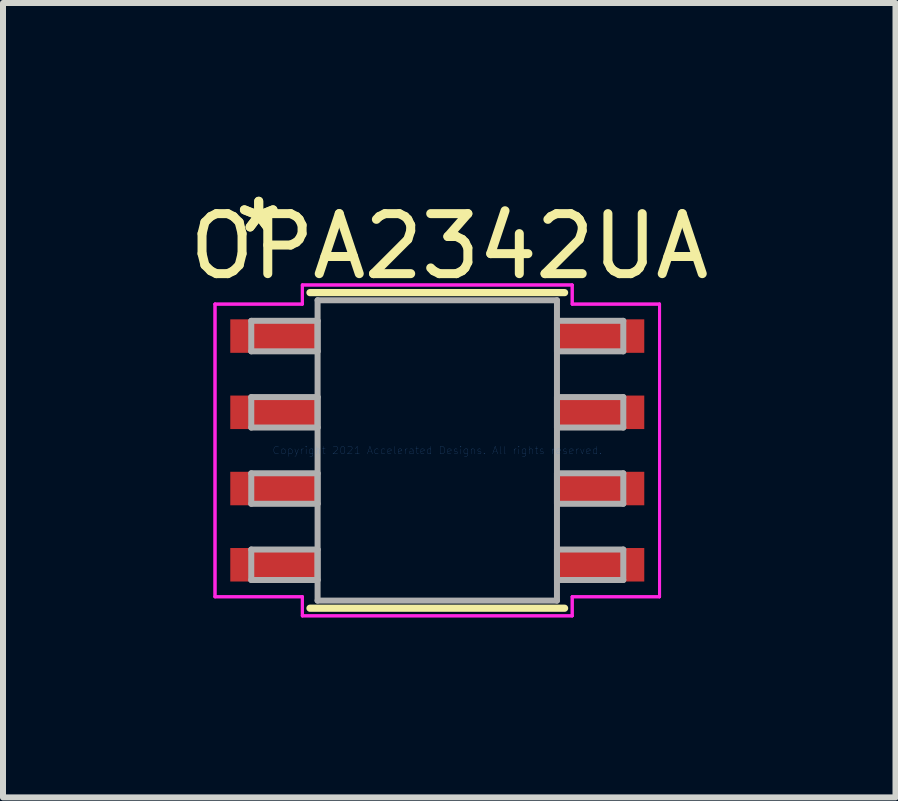
<source format=kicad_pcb>
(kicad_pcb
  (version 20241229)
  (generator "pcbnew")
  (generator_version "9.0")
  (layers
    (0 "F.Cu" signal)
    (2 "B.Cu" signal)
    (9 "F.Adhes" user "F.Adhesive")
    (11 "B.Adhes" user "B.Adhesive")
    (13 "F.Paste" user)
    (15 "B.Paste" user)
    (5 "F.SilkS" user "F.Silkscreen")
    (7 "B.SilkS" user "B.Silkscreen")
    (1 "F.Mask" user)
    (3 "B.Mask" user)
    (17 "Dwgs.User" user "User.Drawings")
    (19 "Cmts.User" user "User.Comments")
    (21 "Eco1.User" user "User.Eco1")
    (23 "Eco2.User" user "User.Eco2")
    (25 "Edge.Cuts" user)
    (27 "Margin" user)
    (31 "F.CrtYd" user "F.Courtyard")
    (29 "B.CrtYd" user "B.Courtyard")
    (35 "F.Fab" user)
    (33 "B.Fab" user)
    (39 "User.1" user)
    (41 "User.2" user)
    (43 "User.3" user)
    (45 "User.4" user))
  (footprint "OPA2342UA"
    (layer "F.Cu")
    (at 4.235 4.454)
    (property "Reference" "OPA2342UA" (at 0.2 -3.4 0) (layer "F.SilkS") (effects (font (size 1 1) (thickness 0.15))))
    (attr through_hole)
    (fp_line (start -2.121 2.629) (end 2.121 2.629) (stroke (width 0.12) (type solid)) (layer "F.SilkS"))
    (fp_line (start 2.121 -2.629) (end -2.121 -2.629) (stroke (width 0.12) (type solid)) (layer "F.SilkS"))
    (fp_line (start -3.703 -2.438) (end -2.248 -2.438) (stroke (width 0.05) (type solid)) (layer "F.CrtYd"))
    (fp_line (start -3.703 -2.438) (end -2.248 -2.438) (stroke (width 0.05) (type solid)) (layer "F.CrtYd"))
    (fp_line (start -3.703 2.438) (end -3.703 -2.438) (stroke (width 0.05) (type solid)) (layer "F.CrtYd"))
    (fp_line (start -3.703 2.438) (end -3.703 -2.438) (stroke (width 0.05) (type solid)) (layer "F.CrtYd"))
    (fp_line (start -3.703 2.438) (end -2.248 2.438) (stroke (width 0.05) (type solid)) (layer "F.CrtYd"))
    (fp_line (start -2.248 -2.756) (end 2.248 -2.756) (stroke (width 0.05) (type solid)) (layer "F.CrtYd"))
    (fp_line (start -2.248 -2.756) (end 2.248 -2.756) (stroke (width 0.05) (type solid)) (layer "F.CrtYd"))
    (fp_line (start -2.248 -2.438) (end -2.248 -2.756) (stroke (width 0.05) (type solid)) (layer "F.CrtYd"))
    (fp_line (start -2.248 -2.438) (end -2.248 -2.756) (stroke (width 0.05) (type solid)) (layer "F.CrtYd"))
    (fp_line (start -2.248 2.438) (end -3.703 2.438) (stroke (width 0.05) (type solid)) (layer "F.CrtYd"))
    (fp_line (start -2.248 2.756) (end -2.248 2.438) (stroke (width 0.05) (type solid)) (layer "F.CrtYd"))
    (fp_line (start -2.248 2.756) (end -2.248 2.438) (stroke (width 0.05) (type solid)) (layer "F.CrtYd"))
    (fp_line (start 2.248 -2.756) (end 2.248 -2.438) (stroke (width 0.05) (type solid)) (layer "F.CrtYd"))
    (fp_line (start 2.248 -2.756) (end 2.248 -2.438) (stroke (width 0.05) (type solid)) (layer "F.CrtYd"))
    (fp_line (start 2.248 -2.438) (end 3.703 -2.438) (stroke (width 0.05) (type solid)) (layer "F.CrtYd"))
    (fp_line (start 2.248 2.438) (end 2.248 2.756) (stroke (width 0.05) (type solid)) (layer "F.CrtYd"))
    (fp_line (start 2.248 2.438) (end 2.248 2.756) (stroke (width 0.05) (type solid)) (layer "F.CrtYd"))
    (fp_line (start 2.248 2.756) (end -2.248 2.756) (stroke (width 0.05) (type solid)) (layer "F.CrtYd"))
    (fp_line (start 2.248 2.756) (end -2.248 2.756) (stroke (width 0.05) (type solid)) (layer "F.CrtYd"))
    (fp_line (start 3.703 -2.438) (end 2.248 -2.438) (stroke (width 0.05) (type solid)) (layer "F.CrtYd"))
    (fp_line (start 3.703 -2.438) (end 3.703 2.438) (stroke (width 0.05) (type solid)) (layer "F.CrtYd"))
    (fp_line (start 3.703 -2.438) (end 3.703 2.438) (stroke (width 0.05) (type solid)) (layer "F.CrtYd"))
    (fp_line (start 3.703 2.438) (end 2.248 2.438) (stroke (width 0.05) (type solid)) (layer "F.CrtYd"))
    (fp_line (start 3.703 2.438) (end 2.248 2.438) (stroke (width 0.05) (type solid)) (layer "F.CrtYd"))
    (fp_line (start -3.099 -2.159) (end -3.099 -1.651) (stroke (width 0.1) (type solid)) (layer "F.Fab"))
    (fp_line (start -3.099 -1.651) (end -1.994 -1.651) (stroke (width 0.1) (type solid)) (layer "F.Fab"))
    (fp_line (start -3.099 -0.889) (end -3.099 -0.381) (stroke (width 0.1) (type solid)) (layer "F.Fab"))
    (fp_line (start -3.099 -0.381) (end -1.994 -0.381) (stroke (width 0.1) (type solid)) (layer "F.Fab"))
    (fp_line (start -3.099 0.381) (end -3.099 0.889) (stroke (width 0.1) (type solid)) (layer "F.Fab"))
    (fp_line (start -3.099 0.889) (end -1.994 0.889) (stroke (width 0.1) (type solid)) (layer "F.Fab"))
    (fp_line (start -3.099 1.651) (end -3.099 2.159) (stroke (width 0.1) (type solid)) (layer "F.Fab"))
    (fp_line (start -3.099 2.159) (end -1.994 2.159) (stroke (width 0.1) (type solid)) (layer "F.Fab"))
    (fp_line (start -1.994 -2.502) (end -1.994 2.502) (stroke (width 0.1) (type solid)) (layer "F.Fab"))
    (fp_line (start -1.994 -2.159) (end -3.099 -2.159) (stroke (width 0.1) (type solid)) (layer "F.Fab"))
    (fp_line (start -1.994 -1.651) (end -1.994 -2.159) (stroke (width 0.1) (type solid)) (layer "F.Fab"))
    (fp_line (start -1.994 -0.889) (end -3.099 -0.889) (stroke (width 0.1) (type solid)) (layer "F.Fab"))
    (fp_line (start -1.994 -0.381) (end -1.994 -0.889) (stroke (width 0.1) (type solid)) (layer "F.Fab"))
    (fp_line (start -1.994 0.381) (end -3.099 0.381) (stroke (width 0.1) (type solid)) (layer "F.Fab"))
    (fp_line (start -1.994 0.889) (end -1.994 0.381) (stroke (width 0.1) (type solid)) (layer "F.Fab"))
    (fp_line (start -1.994 1.651) (end -3.099 1.651) (stroke (width 0.1) (type solid)) (layer "F.Fab"))
    (fp_line (start -1.994 2.159) (end -1.994 1.651) (stroke (width 0.1) (type solid)) (layer "F.Fab"))
    (fp_line (start -1.994 2.502) (end 1.994 2.502) (stroke (width 0.1) (type solid)) (layer "F.Fab"))
    (fp_line (start 1.994 -2.502) (end -1.994 -2.502) (stroke (width 0.1) (type solid)) (layer "F.Fab"))
    (fp_line (start 1.994 -2.159) (end 1.994 -1.651) (stroke (width 0.1) (type solid)) (layer "F.Fab"))
    (fp_line (start 1.994 -1.651) (end 3.099 -1.651) (stroke (width 0.1) (type solid)) (layer "F.Fab"))
    (fp_line (start 1.994 -0.889) (end 1.994 -0.381) (stroke (width 0.1) (type solid)) (layer "F.Fab"))
    (fp_line (start 1.994 -0.381) (end 3.099 -0.381) (stroke (width 0.1) (type solid)) (layer "F.Fab"))
    (fp_line (start 1.994 0.381) (end 1.994 0.889) (stroke (width 0.1) (type solid)) (layer "F.Fab"))
    (fp_line (start 1.994 0.889) (end 3.099 0.889) (stroke (width 0.1) (type solid)) (layer "F.Fab"))
    (fp_line (start 1.994 1.651) (end 1.994 2.159) (stroke (width 0.1) (type solid)) (layer "F.Fab"))
    (fp_line (start 1.994 2.159) (end 3.099 2.159) (stroke (width 0.1) (type solid)) (layer "F.Fab"))
    (fp_line (start 1.994 2.502) (end 1.994 -2.502) (stroke (width 0.1) (type solid)) (layer "F.Fab"))
    (fp_line (start 3.099 -2.159) (end 1.994 -2.159) (stroke (width 0.1) (type solid)) (layer "F.Fab"))
    (fp_line (start 3.099 -1.651) (end 3.099 -2.159) (stroke (width 0.1) (type solid)) (layer "F.Fab"))
    (fp_line (start 3.099 -0.889) (end 1.994 -0.889) (stroke (width 0.1) (type solid)) (layer "F.Fab"))
    (fp_line (start 3.099 -0.381) (end 3.099 -0.889) (stroke (width 0.1) (type solid)) (layer "F.Fab"))
    (fp_line (start 3.099 0.381) (end 1.994 0.381) (stroke (width 0.1) (type solid)) (layer "F.Fab"))
    (fp_line (start 3.099 0.889) (end 3.099 0.381) (stroke (width 0.1) (type solid)) (layer "F.Fab"))
    (fp_line (start 3.099 1.651) (end 1.994 1.651) (stroke (width 0.1) (type solid)) (layer "F.Fab"))
    (fp_line (start 3.099 2.159) (end 3.099 1.651) (stroke (width 0.1) (type solid)) (layer "F.Fab"))
    (fp_text user "*" (at -2.975 -3.606 0) (layer "F.SilkS") (effects (font (size 1 1) (thickness 0.15))))
    (fp_text user "*" (at -2.975 -3.606 0) (layer "F.SilkS") (effects (font (size 1 1) (thickness 0.15))))
    (fp_text user "Copyright 2021 Accelerated Designs. All rights reserved." (at 0 0 0) (layer "Cmts.User") (effects (font (size 0.127 0.127) (thickness 0.002))))
    (pad "1" smd rect (at -2.721 -1.905) (size 1.455 0.558) (layers "F.Cu" "F.Mask" "F.Paste"))
    (pad "2" smd rect (at -2.721 -0.635) (size 1.455 0.558) (layers "F.Cu" "F.Mask" "F.Paste"))
    (pad "3" smd rect (at -2.721 0.635) (size 1.455 0.558) (layers "F.Cu" "F.Mask" "F.Paste"))
    (pad "4" smd rect (at -2.721 1.905) (size 1.455 0.558) (layers "F.Cu" "F.Mask" "F.Paste"))
    (pad "5" smd rect (at 2.721 1.905) (size 1.455 0.558) (layers "F.Cu" "F.Mask" "F.Paste"))
    (pad "6" smd rect (at 2.721 0.635) (size 1.455 0.558) (layers "F.Cu" "F.Mask" "F.Paste"))
    (pad "7" smd rect (at 2.721 -0.635) (size 1.455 0.558) (layers "F.Cu" "F.Mask" "F.Paste"))
    (pad "8" smd rect (at 2.721 -1.905) (size 1.455 0.558) (layers "F.Cu" "F.Mask" "F.Paste")))
  (gr_rect
    (start -3 -3)
    (end 11.869 10.235)
    (stroke (width 0.1) (type default))
    (fill no)
    (layer "Edge.Cuts")))
</source>
